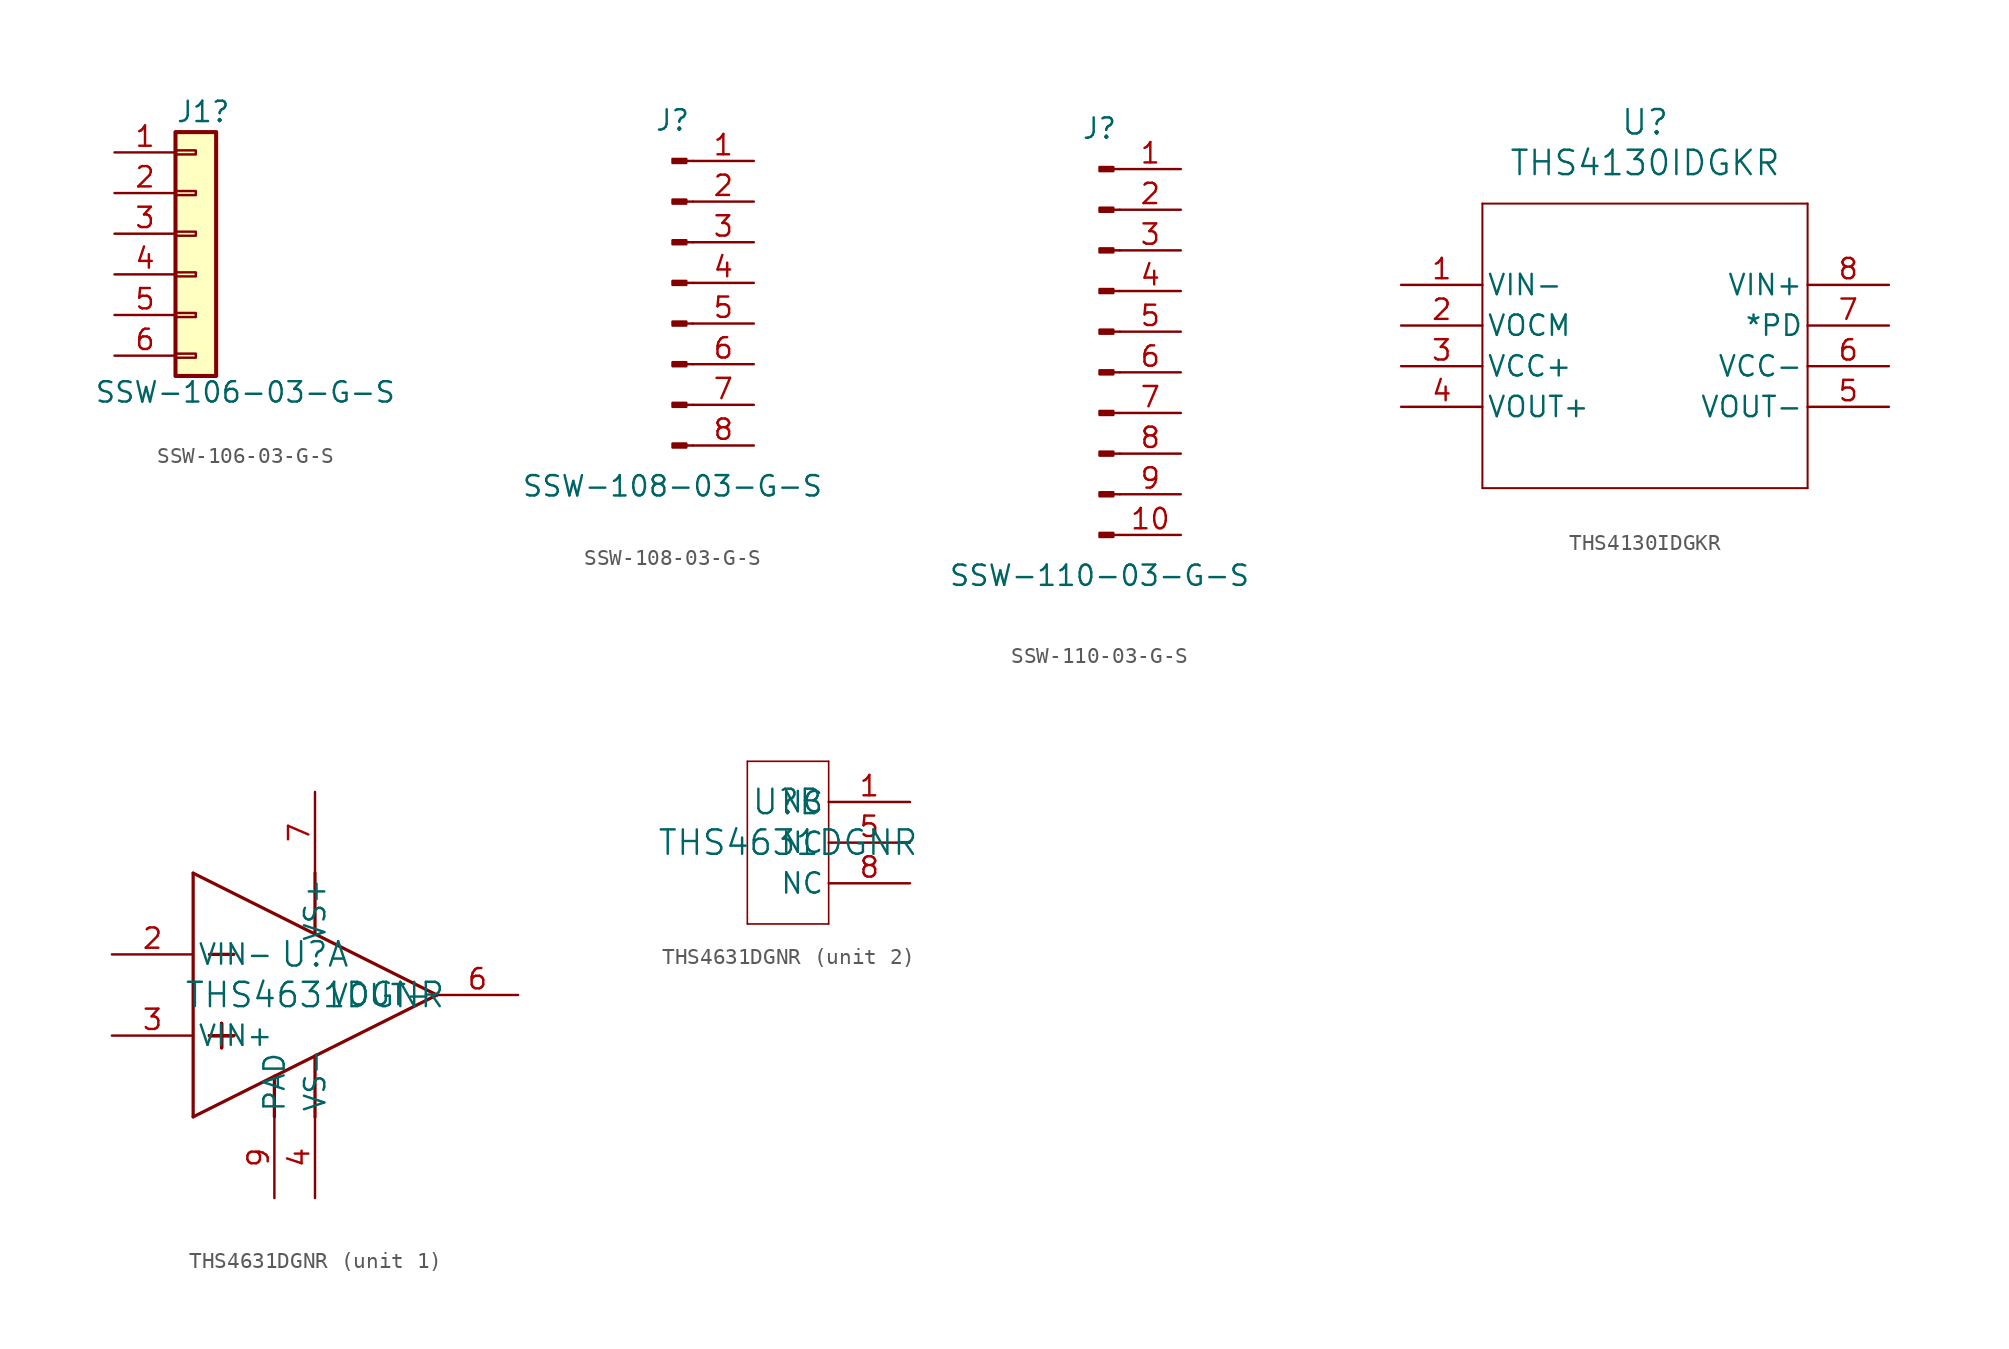
<source format=kicad_sym>
(kicad_symbol_lib
  (version 20241209)
  (generator "kicad_symbol_editor")
  (generator_version "9.0")
  (symbol "SSW-106-03-G-S"
    (pin_names
      (offset 1.016)
      (hide yes))
    (property "Reference" "J1"
      (at -1.27 7.62 0)
      (effects (font (size 1.27 1.27)) (justify left)))
    (property "Value" "SSW-106-03-G-S"
      (at -6.35 -9.906 0)
      (effects (font (size 1.27 1.27)) (justify left)))
    (symbol "SSW-106-03-G-S_1_1"
      (rectangle (start -1.27 6.35) (end 1.27 -8.89) (stroke (width 0.254) (type default)) (fill (type background)))
      (rectangle (start -1.27 5.207) (end 0 4.953) (stroke (width 0.152) (type default)) (fill (type none)))
      (rectangle (start -1.27 2.667) (end 0 2.413) (stroke (width 0.152) (type default)) (fill (type none)))
      (rectangle (start -1.27 0.127) (end 0 -0.127) (stroke (width 0.152) (type default)) (fill (type none)))
      (rectangle (start -1.27 -2.413) (end 0 -2.667) (stroke (width 0.152) (type default)) (fill (type none)))
      (rectangle (start -1.27 -4.953) (end 0 -5.207) (stroke (width 0.152) (type default)) (fill (type none)))
      (rectangle (start -1.27 -7.493) (end 0 -7.747) (stroke (width 0.152) (type default)) (fill (type none)))
      (pin passive line (at -5.08 5.08 0) (length 3.81) (name "Pin_1" (effects (font (size 1.27 1.27)))) (number "1" (effects (font (size 1.27 1.27)))))
      (pin passive line (at -5.08 2.54 0) (length 3.81) (name "Pin_2" (effects (font (size 1.27 1.27)))) (number "2" (effects (font (size 1.27 1.27)))))
      (pin passive line (at -5.08 0 0) (length 3.81) (name "Pin_3" (effects (font (size 1.27 1.27)))) (number "3" (effects (font (size 1.27 1.27)))))
      (pin passive line (at -5.08 -2.54 0) (length 3.81) (name "Pin_4" (effects (font (size 1.27 1.27)))) (number "4" (effects (font (size 1.27 1.27)))))
      (pin passive line (at -5.08 -5.08 0) (length 3.81) (name "Pin_5" (effects (font (size 1.27 1.27)))) (number "5" (effects (font (size 1.27 1.27)))))
      (pin passive line (at -5.08 -7.62 0) (length 3.81) (name "Pin_6" (effects (font (size 1.27 1.27)))) (number "6" (effects (font (size 1.27 1.27)))))))
  (symbol "SSW-108-03-G-S"
    (pin_names
      (offset 1.016)
      (hide yes))
    (property "Reference" "J"
      (at 0 10.16 0)
      (effects (font (size 1.27 1.27))))
    (property "Value" "SSW-108-03-G-S"
      (at 0 -12.7 0)
      (effects (font (size 1.27 1.27))))
    (symbol "SSW-108-03-G-S_1_1"
      (rectangle (start 0.864 7.747) (end 0 7.493) (stroke (width 0.152) (type default)) (fill (type outline)))
      (rectangle (start 0.864 5.207) (end 0 4.953) (stroke (width 0.152) (type default)) (fill (type outline)))
      (rectangle (start 0.864 2.667) (end 0 2.413) (stroke (width 0.152) (type default)) (fill (type outline)))
      (rectangle (start 0.864 0.127) (end 0 -0.127) (stroke (width 0.152) (type default)) (fill (type outline)))
      (rectangle (start 0.864 -2.413) (end 0 -2.667) (stroke (width 0.152) (type default)) (fill (type outline)))
      (rectangle (start 0.864 -4.953) (end 0 -5.207) (stroke (width 0.152) (type default)) (fill (type outline)))
      (rectangle (start 0.864 -7.493) (end 0 -7.747) (stroke (width 0.152) (type default)) (fill (type outline)))
      (rectangle (start 0.864 -10.033) (end 0 -10.287) (stroke (width 0.152) (type default)) (fill (type outline)))
      (polyline (pts (xy 1.27 7.62) (xy 0.864 7.62)) (stroke (width 0.152) (type default)) (fill (type none)))
      (polyline (pts (xy 1.27 5.08) (xy 0.864 5.08)) (stroke (width 0.152) (type default)) (fill (type none)))
      (polyline (pts (xy 1.27 2.54) (xy 0.864 2.54)) (stroke (width 0.152) (type default)) (fill (type none)))
      (polyline (pts (xy 1.27 0) (xy 0.864 0)) (stroke (width 0.152) (type default)) (fill (type none)))
      (polyline (pts (xy 1.27 -2.54) (xy 0.864 -2.54)) (stroke (width 0.152) (type default)) (fill (type none)))
      (polyline (pts (xy 1.27 -5.08) (xy 0.864 -5.08)) (stroke (width 0.152) (type default)) (fill (type none)))
      (polyline (pts (xy 1.27 -7.62) (xy 0.864 -7.62)) (stroke (width 0.152) (type default)) (fill (type none)))
      (polyline (pts (xy 1.27 -10.16) (xy 0.864 -10.16)) (stroke (width 0.152) (type default)) (fill (type none)))
      (pin passive line (at 5.08 7.62 180) (length 3.81) (name "Pin_1" (effects (font (size 1.27 1.27)))) (number "1" (effects (font (size 1.27 1.27)))))
      (pin passive line (at 5.08 5.08 180) (length 3.81) (name "Pin_2" (effects (font (size 1.27 1.27)))) (number "2" (effects (font (size 1.27 1.27)))))
      (pin passive line (at 5.08 2.54 180) (length 3.81) (name "Pin_3" (effects (font (size 1.27 1.27)))) (number "3" (effects (font (size 1.27 1.27)))))
      (pin passive line (at 5.08 0 180) (length 3.81) (name "Pin_4" (effects (font (size 1.27 1.27)))) (number "4" (effects (font (size 1.27 1.27)))))
      (pin passive line (at 5.08 -2.54 180) (length 3.81) (name "Pin_5" (effects (font (size 1.27 1.27)))) (number "5" (effects (font (size 1.27 1.27)))))
      (pin passive line (at 5.08 -5.08 180) (length 3.81) (name "Pin_6" (effects (font (size 1.27 1.27)))) (number "6" (effects (font (size 1.27 1.27)))))
      (pin passive line (at 5.08 -7.62 180) (length 3.81) (name "Pin_7" (effects (font (size 1.27 1.27)))) (number "7" (effects (font (size 1.27 1.27)))))
      (pin passive line (at 5.08 -10.16 180) (length 3.81) (name "Pin_8" (effects (font (size 1.27 1.27)))) (number "8" (effects (font (size 1.27 1.27)))))))
  (symbol "SSW-110-03-G-S"
    (pin_names
      (offset 1.016)
      (hide yes))
    (property "Reference" "J"
      (at 0 12.7 0)
      (effects (font (size 1.27 1.27))))
    (property "Value" "SSW-110-03-G-S"
      (at 0 -15.24 0)
      (effects (font (size 1.27 1.27))))
    (symbol "SSW-110-03-G-S_1_1"
      (rectangle (start 0.864 10.287) (end 0 10.033) (stroke (width 0.152) (type default)) (fill (type outline)))
      (rectangle (start 0.864 7.747) (end 0 7.493) (stroke (width 0.152) (type default)) (fill (type outline)))
      (rectangle (start 0.864 5.207) (end 0 4.953) (stroke (width 0.152) (type default)) (fill (type outline)))
      (rectangle (start 0.864 2.667) (end 0 2.413) (stroke (width 0.152) (type default)) (fill (type outline)))
      (rectangle (start 0.864 0.127) (end 0 -0.127) (stroke (width 0.152) (type default)) (fill (type outline)))
      (rectangle (start 0.864 -2.413) (end 0 -2.667) (stroke (width 0.152) (type default)) (fill (type outline)))
      (rectangle (start 0.864 -4.953) (end 0 -5.207) (stroke (width 0.152) (type default)) (fill (type outline)))
      (rectangle (start 0.864 -7.493) (end 0 -7.747) (stroke (width 0.152) (type default)) (fill (type outline)))
      (rectangle (start 0.864 -10.033) (end 0 -10.287) (stroke (width 0.152) (type default)) (fill (type outline)))
      (rectangle (start 0.864 -12.573) (end 0 -12.827) (stroke (width 0.152) (type default)) (fill (type outline)))
      (polyline (pts (xy 1.27 10.16) (xy 0.864 10.16)) (stroke (width 0.152) (type default)) (fill (type none)))
      (polyline (pts (xy 1.27 7.62) (xy 0.864 7.62)) (stroke (width 0.152) (type default)) (fill (type none)))
      (polyline (pts (xy 1.27 5.08) (xy 0.864 5.08)) (stroke (width 0.152) (type default)) (fill (type none)))
      (polyline (pts (xy 1.27 2.54) (xy 0.864 2.54)) (stroke (width 0.152) (type default)) (fill (type none)))
      (polyline (pts (xy 1.27 0) (xy 0.864 0)) (stroke (width 0.152) (type default)) (fill (type none)))
      (polyline (pts (xy 1.27 -2.54) (xy 0.864 -2.54)) (stroke (width 0.152) (type default)) (fill (type none)))
      (polyline (pts (xy 1.27 -5.08) (xy 0.864 -5.08)) (stroke (width 0.152) (type default)) (fill (type none)))
      (polyline (pts (xy 1.27 -7.62) (xy 0.864 -7.62)) (stroke (width 0.152) (type default)) (fill (type none)))
      (polyline (pts (xy 1.27 -10.16) (xy 0.864 -10.16)) (stroke (width 0.152) (type default)) (fill (type none)))
      (polyline (pts (xy 1.27 -12.7) (xy 0.864 -12.7)) (stroke (width 0.152) (type default)) (fill (type none)))
      (pin passive line (at 5.08 10.16 180) (length 3.81) (name "Pin_1" (effects (font (size 1.27 1.27)))) (number "1" (effects (font (size 1.27 1.27)))))
      (pin passive line (at 5.08 7.62 180) (length 3.81) (name "Pin_2" (effects (font (size 1.27 1.27)))) (number "2" (effects (font (size 1.27 1.27)))))
      (pin passive line (at 5.08 5.08 180) (length 3.81) (name "Pin_3" (effects (font (size 1.27 1.27)))) (number "3" (effects (font (size 1.27 1.27)))))
      (pin passive line (at 5.08 2.54 180) (length 3.81) (name "Pin_4" (effects (font (size 1.27 1.27)))) (number "4" (effects (font (size 1.27 1.27)))))
      (pin passive line (at 5.08 0 180) (length 3.81) (name "Pin_5" (effects (font (size 1.27 1.27)))) (number "5" (effects (font (size 1.27 1.27)))))
      (pin passive line (at 5.08 -2.54 180) (length 3.81) (name "Pin_6" (effects (font (size 1.27 1.27)))) (number "6" (effects (font (size 1.27 1.27)))))
      (pin passive line (at 5.08 -5.08 180) (length 3.81) (name "Pin_7" (effects (font (size 1.27 1.27)))) (number "7" (effects (font (size 1.27 1.27)))))
      (pin passive line (at 5.08 -7.62 180) (length 3.81) (name "Pin_8" (effects (font (size 1.27 1.27)))) (number "8" (effects (font (size 1.27 1.27)))))
      (pin passive line (at 5.08 -10.16 180) (length 3.81) (name "Pin_9" (effects (font (size 1.27 1.27)))) (number "9" (effects (font (size 1.27 1.27)))))
      (pin passive line (at 5.08 -12.7 180) (length 3.81) (name "Pin_10" (effects (font (size 1.27 1.27)))) (number "10" (effects (font (size 1.27 1.27)))))))
  (symbol "THS4130IDGKR"
    (pin_names
      (offset 0.254))
    (property "Reference" "U"
      (at 33.02 10.16 0)
      (effects (font (size 1.524 1.524))))
    (property "Value" "THS4130IDGKR"
      (at 33.02 7.62 0)
      (effects (font (size 1.524 1.524))))
    (property "ki_locked" ""
      (at 0 0 0)
      (effects (font (size 1.27 1.27))))
    (symbol "THS4130IDGKR_0_1"
      (polyline (pts (xy 22.86 5.08) (xy 22.86 -12.7)) (stroke (width 0.127) (type default)) (fill (type none)))
      (polyline (pts (xy 22.86 -12.7) (xy 43.18 -12.7)) (stroke (width 0.127) (type default)) (fill (type none)))
      (polyline (pts (xy 43.18 5.08) (xy 22.86 5.08)) (stroke (width 0.127) (type default)) (fill (type none)))
      (polyline (pts (xy 43.18 -12.7) (xy 43.18 5.08)) (stroke (width 0.127) (type default)) (fill (type none)))
      (pin input line (at 17.78 0 0) (length 5.08) (name "VIN-" (effects (font (size 1.27 1.27)))) (number "1" (effects (font (size 1.27 1.27)))))
      (pin unspecified line (at 17.78 -2.54 0) (length 5.08) (name "VOCM" (effects (font (size 1.27 1.27)))) (number "2" (effects (font (size 1.27 1.27)))))
      (pin power_in line (at 17.78 -5.08 0) (length 5.08) (name "VCC+" (effects (font (size 1.27 1.27)))) (number "3" (effects (font (size 1.27 1.27)))))
      (pin output line (at 17.78 -7.62 0) (length 5.08) (name "VOUT+" (effects (font (size 1.27 1.27)))) (number "4" (effects (font (size 1.27 1.27)))))
      (pin input line (at 48.26 0 180) (length 5.08) (name "VIN+" (effects (font (size 1.27 1.27)))) (number "8" (effects (font (size 1.27 1.27)))))
      (pin unspecified line (at 48.26 -2.54 180) (length 5.08) (name "*PD" (effects (font (size 1.27 1.27)))) (number "7" (effects (font (size 1.27 1.27)))))
      (pin power_in line (at 48.26 -5.08 180) (length 5.08) (name "VCC-" (effects (font (size 1.27 1.27)))) (number "6" (effects (font (size 1.27 1.27)))))
      (pin output line (at 48.26 -7.62 180) (length 5.08) (name "VOUT-" (effects (font (size 1.27 1.27)))) (number "5" (effects (font (size 1.27 1.27)))))))
  (symbol "THS4631DGNR"
    (pin_names
      (offset 0.254))
    (property "Reference" "U"
      (at 0 2.54 0)
      (effects (font (size 1.524 1.524))))
    (property "Value" "THS4631DGNR"
      (at 0 0 0)
      (effects (font (size 1.524 1.524))))
    (property "ki_locked" ""
      (at 0 0 0)
      (effects (font (size 1.27 1.27))))
    (symbol "THS4631DGNR_1_1"
      (polyline (pts (xy -7.62 7.62) (xy 7.62 0)) (stroke (width 0.203) (type default)) (fill (type none)))
      (polyline (pts (xy -7.62 -7.62) (xy -7.62 7.62)) (stroke (width 0.203) (type default)) (fill (type none)))
      (polyline (pts (xy -6.604 2.54) (xy -5.08 2.54)) (stroke (width 0.203) (type default)) (fill (type none)))
      (polyline (pts (xy -6.604 -2.54) (xy -5.08 -2.54)) (stroke (width 0.203) (type default)) (fill (type none)))
      (polyline (pts (xy -6.604 -2.54) (xy -5.08 -2.54)) (stroke (width 0.203) (type default)) (fill (type none)))
      (polyline (pts (xy -6.604 -2.54) (xy -5.08 -2.54)) (stroke (width 0.203) (type default)) (fill (type none)))
      (polyline (pts (xy -5.842 -3.302) (xy -5.842 -1.778)) (stroke (width 0.203) (type default)) (fill (type none)))
      (polyline (pts (xy -5.842 -3.302) (xy -5.842 -1.778)) (stroke (width 0.203) (type default)) (fill (type none)))
      (polyline (pts (xy -5.842 -3.302) (xy -5.842 -1.778)) (stroke (width 0.203) (type default)) (fill (type none)))
      (polyline (pts (xy -2.54 -7.62) (xy -2.54 -5.08)) (stroke (width 0.203) (type default)) (fill (type none)))
      (polyline (pts (xy 0 7.62) (xy 0 3.81)) (stroke (width 0.203) (type default)) (fill (type none)))
      (polyline (pts (xy 0 -7.62) (xy 0 -3.81)) (stroke (width 0.203) (type default)) (fill (type none)))
      (polyline (pts (xy 7.62 0) (xy -7.62 -7.62)) (stroke (width 0.203) (type default)) (fill (type none)))
      (pin input line (at -12.7 2.54 0) (length 5.08) (name "VIN-" (effects (font (size 1.27 1.27)))) (number "2" (effects (font (size 1.27 1.27)))))
      (pin input line (at -12.7 -2.54 0) (length 5.08) (name "VIN+" (effects (font (size 1.27 1.27)))) (number "3" (effects (font (size 1.27 1.27)))))
      (pin power_in line (at -2.54 -12.7 90) (length 5.08) (name "PAD" (effects (font (size 1.27 1.27)))) (number "9" (effects (font (size 1.27 1.27)))))
      (pin power_in line (at 0 12.7 270) (length 5.08) (name "VS+" (effects (font (size 1.27 1.27)))) (number "7" (effects (font (size 1.27 1.27)))))
      (pin power_in line (at 0 -12.7 90) (length 5.08) (name "VS-" (effects (font (size 1.27 1.27)))) (number "4" (effects (font (size 1.27 1.27)))))
      (pin output line (at 12.7 0 180) (length 5.08) (name "VOUT-" (effects (font (size 1.27 1.27)))) (number "6" (effects (font (size 1.27 1.27))))))
    (symbol "THS4631DGNR_2_1"
      (polyline (pts (xy -2.54 5.08) (xy -2.54 -5.08)) (stroke (width 0.102) (type default)) (fill (type none)))
      (polyline (pts (xy -2.54 -5.08) (xy 2.54 -5.08)) (stroke (width 0.102) (type default)) (fill (type none)))
      (polyline (pts (xy 2.54 5.08) (xy -2.54 5.08)) (stroke (width 0.102) (type default)) (fill (type none)))
      (polyline (pts (xy 2.54 -5.08) (xy 2.54 5.08)) (stroke (width 0.102) (type default)) (fill (type none)))
      (pin unspecified line (at 7.62 2.54 180) (length 5.08) (name "NC" (effects (font (size 1.27 1.27)))) (number "1" (effects (font (size 1.27 1.27)))))
      (pin unspecified line (at 7.62 0 180) (length 5.08) (name "NC" (effects (font (size 1.27 1.27)))) (number "5" (effects (font (size 1.27 1.27)))))
      (pin unspecified line (at 7.62 -2.54 180) (length 5.08) (name "NC" (effects (font (size 1.27 1.27)))) (number "8" (effects (font (size 1.27 1.27))))))))
</source>
